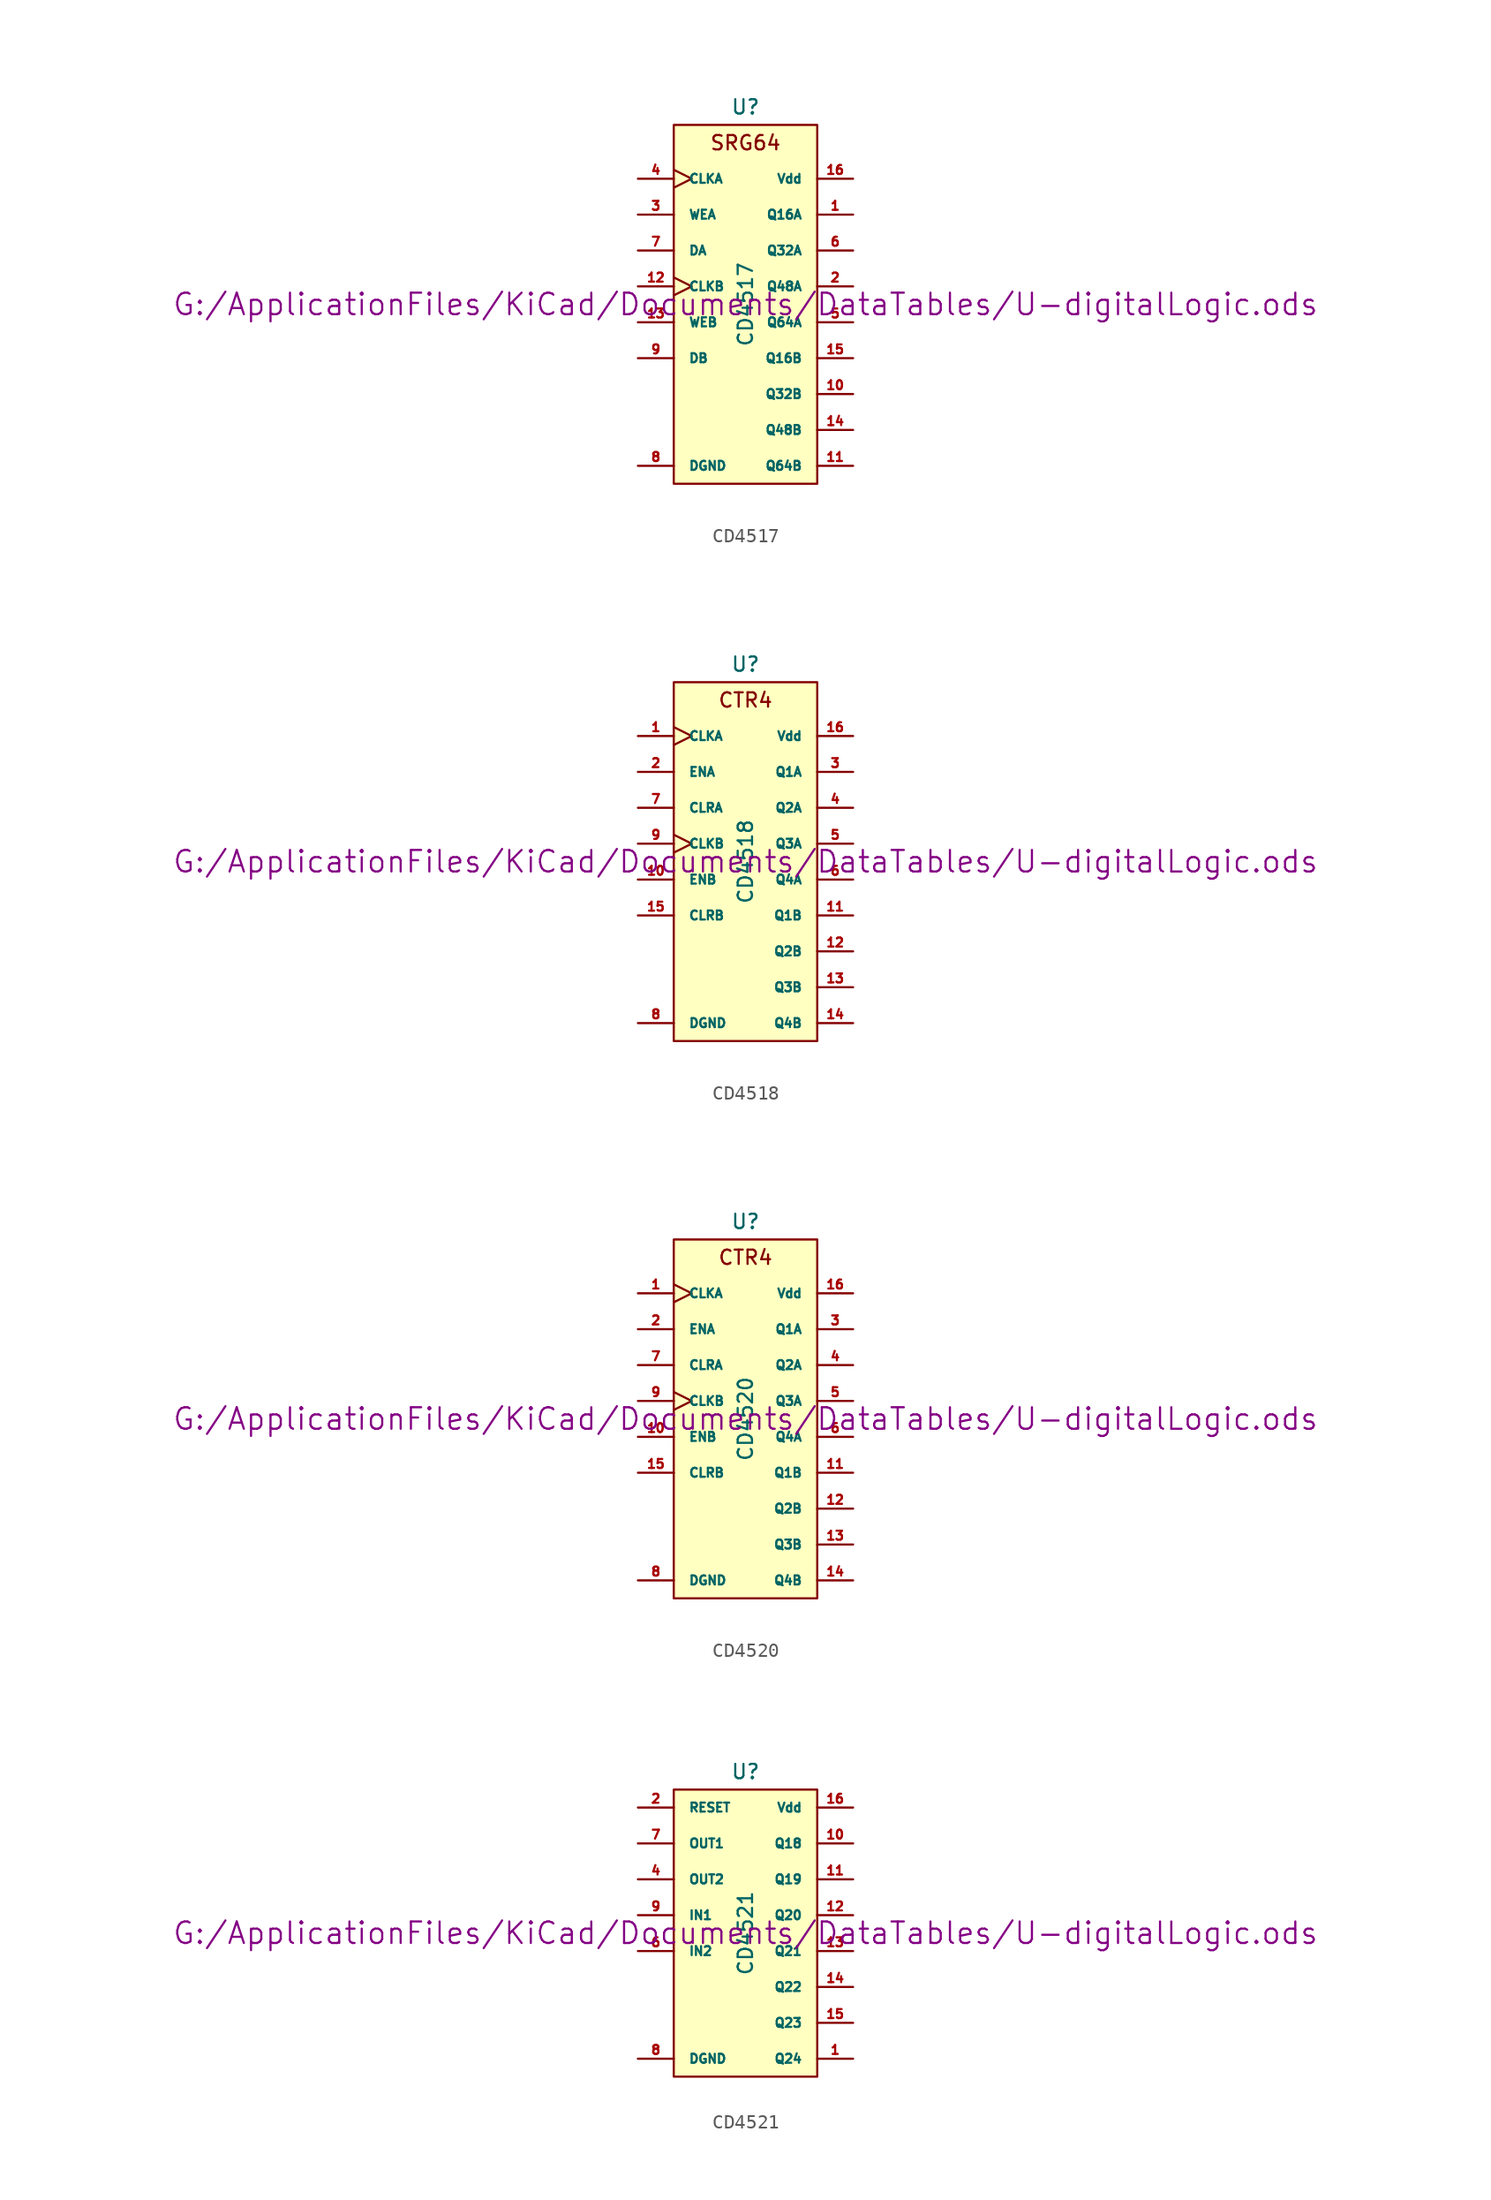
<source format=kicad_sym>
(kicad_symbol_lib
  (version 20211014)
  (generator kicad_symbol_editor)
  (symbol "CD4517"
    (pin_names
      (offset 1.016))
    (property "Reference" "U"
      (at 0 13.97 0)
      (effects (font (size 1.016 1.016))))
    (property "Value" "CD4517"
      (at 0 0 90)
      (effects (font (size 1.016 1.016))))
    (property "Footprint" ""
      (at 0 0 0)
      (effects (font (size 1.524 1.524))))
    (property "Datasheet" "G:/ApplicationFiles/KiCad/Documents/DataTables/U-digitalLogic.ods"
      (at 0 0 0)
      (effects (font (size 1.524 1.524))))
    (symbol "CD4517_0_0"
      (text "SRG64" (at 0 11.43 0) (effects (font (size 1.016 1.016)))))
    (symbol "CD4517_0_1"
      (rectangle (start -5.08 12.7) (end 5.08 -12.7) (stroke (width 0) (type default) (color 0 0 0 0)) (fill (type background))))
    (symbol "CD4517_1_1"
      (pin output line (at 7.62 6.35 180) (length 2.54) (name "Q16A" (effects (font (size 0.635 0.635)))) (number "1" (effects (font (size 0.635 0.635)))))
      (pin output line (at 7.62 -6.35 180) (length 2.54) (name "Q32B" (effects (font (size 0.635 0.635)))) (number "10" (effects (font (size 0.635 0.635)))))
      (pin output line (at 7.62 -11.43 180) (length 2.54) (name "Q64B" (effects (font (size 0.635 0.635)))) (number "11" (effects (font (size 0.635 0.635)))))
      (pin input clock (at -7.62 1.27 0) (length 2.54) (name "CLKB" (effects (font (size 0.635 0.635)))) (number "12" (effects (font (size 0.635 0.635)))))
      (pin input line (at -7.62 -1.27 0) (length 2.54) (name "WEB" (effects (font (size 0.635 0.635)))) (number "13" (effects (font (size 0.635 0.635)))))
      (pin output line (at 7.62 -8.89 180) (length 2.54) (name "Q48B" (effects (font (size 0.635 0.635)))) (number "14" (effects (font (size 0.635 0.635)))))
      (pin output line (at 7.62 -3.81 180) (length 2.54) (name "Q16B" (effects (font (size 0.635 0.635)))) (number "15" (effects (font (size 0.635 0.635)))))
      (pin power_in line (at 7.62 8.89 180) (length 2.54) (name "Vdd" (effects (font (size 0.635 0.635)))) (number "16" (effects (font (size 0.635 0.635)))))
      (pin output line (at 7.62 1.27 180) (length 2.54) (name "Q48A" (effects (font (size 0.635 0.635)))) (number "2" (effects (font (size 0.635 0.635)))))
      (pin input line (at -7.62 6.35 0) (length 2.54) (name "WEA" (effects (font (size 0.635 0.635)))) (number "3" (effects (font (size 0.635 0.635)))))
      (pin input clock (at -7.62 8.89 0) (length 2.54) (name "CLKA" (effects (font (size 0.635 0.635)))) (number "4" (effects (font (size 0.635 0.635)))))
      (pin output line (at 7.62 -1.27 180) (length 2.54) (name "Q64A" (effects (font (size 0.635 0.635)))) (number "5" (effects (font (size 0.635 0.635)))))
      (pin output line (at 7.62 3.81 180) (length 2.54) (name "Q32A" (effects (font (size 0.635 0.635)))) (number "6" (effects (font (size 0.635 0.635)))))
      (pin input line (at -7.62 3.81 0) (length 2.54) (name "DA" (effects (font (size 0.635 0.635)))) (number "7" (effects (font (size 0.635 0.635)))))
      (pin power_in line (at -7.62 -11.43 0) (length 2.54) (name "DGND" (effects (font (size 0.635 0.635)))) (number "8" (effects (font (size 0.635 0.635)))))
      (pin input line (at -7.62 -3.81 0) (length 2.54) (name "DB" (effects (font (size 0.635 0.635)))) (number "9" (effects (font (size 0.635 0.635)))))))
  (symbol "CD4518"
    (pin_names
      (offset 1.016))
    (property "Reference" "U"
      (at 0 13.97 0)
      (effects (font (size 1.016 1.016))))
    (property "Value" "CD4518"
      (at 0 0 90)
      (effects (font (size 1.016 1.016))))
    (property "Footprint" ""
      (at 0 0 0)
      (effects (font (size 1.524 1.524))))
    (property "Datasheet" "G:/ApplicationFiles/KiCad/Documents/DataTables/U-digitalLogic.ods"
      (at 0 0 0)
      (effects (font (size 1.524 1.524))))
    (symbol "CD4518_0_0"
      (text "CTR4" (at 0 11.43 0) (effects (font (size 1.016 1.016)))))
    (symbol "CD4518_0_1"
      (rectangle (start -5.08 12.7) (end 5.08 -12.7) (stroke (width 0) (type default) (color 0 0 0 0)) (fill (type background))))
    (symbol "CD4518_1_1"
      (pin input clock (at -7.62 8.89 0) (length 2.54) (name "CLKA" (effects (font (size 0.635 0.635)))) (number "1" (effects (font (size 0.635 0.635)))))
      (pin input line (at -7.62 -1.27 0) (length 2.54) (name "ENB" (effects (font (size 0.635 0.635)))) (number "10" (effects (font (size 0.635 0.635)))))
      (pin output line (at 7.62 -3.81 180) (length 2.54) (name "Q1B" (effects (font (size 0.635 0.635)))) (number "11" (effects (font (size 0.635 0.635)))))
      (pin output line (at 7.62 -6.35 180) (length 2.54) (name "Q2B" (effects (font (size 0.635 0.635)))) (number "12" (effects (font (size 0.635 0.635)))))
      (pin output line (at 7.62 -8.89 180) (length 2.54) (name "Q3B" (effects (font (size 0.635 0.635)))) (number "13" (effects (font (size 0.635 0.635)))))
      (pin output line (at 7.62 -11.43 180) (length 2.54) (name "Q4B" (effects (font (size 0.635 0.635)))) (number "14" (effects (font (size 0.635 0.635)))))
      (pin input line (at -7.62 -3.81 0) (length 2.54) (name "CLRB" (effects (font (size 0.635 0.635)))) (number "15" (effects (font (size 0.635 0.635)))))
      (pin power_in line (at 7.62 8.89 180) (length 2.54) (name "Vdd" (effects (font (size 0.635 0.635)))) (number "16" (effects (font (size 0.635 0.635)))))
      (pin input line (at -7.62 6.35 0) (length 2.54) (name "ENA" (effects (font (size 0.635 0.635)))) (number "2" (effects (font (size 0.635 0.635)))))
      (pin output line (at 7.62 6.35 180) (length 2.54) (name "Q1A" (effects (font (size 0.635 0.635)))) (number "3" (effects (font (size 0.635 0.635)))))
      (pin output line (at 7.62 3.81 180) (length 2.54) (name "Q2A" (effects (font (size 0.635 0.635)))) (number "4" (effects (font (size 0.635 0.635)))))
      (pin output line (at 7.62 1.27 180) (length 2.54) (name "Q3A" (effects (font (size 0.635 0.635)))) (number "5" (effects (font (size 0.635 0.635)))))
      (pin output line (at 7.62 -1.27 180) (length 2.54) (name "Q4A" (effects (font (size 0.635 0.635)))) (number "6" (effects (font (size 0.635 0.635)))))
      (pin input line (at -7.62 3.81 0) (length 2.54) (name "CLRA" (effects (font (size 0.635 0.635)))) (number "7" (effects (font (size 0.635 0.635)))))
      (pin power_in line (at -7.62 -11.43 0) (length 2.54) (name "DGND" (effects (font (size 0.635 0.635)))) (number "8" (effects (font (size 0.635 0.635)))))
      (pin input clock (at -7.62 1.27 0) (length 2.54) (name "CLKB" (effects (font (size 0.635 0.635)))) (number "9" (effects (font (size 0.635 0.635)))))))
  (symbol "CD4520"
    (pin_names
      (offset 1.016))
    (property "Reference" "U"
      (at 0 13.97 0)
      (effects (font (size 1.016 1.016))))
    (property "Value" "CD4520"
      (at 0 0 90)
      (effects (font (size 1.016 1.016))))
    (property "Footprint" ""
      (at 0 0 0)
      (effects (font (size 1.524 1.524))))
    (property "Datasheet" "G:/ApplicationFiles/KiCad/Documents/DataTables/U-digitalLogic.ods"
      (at 0 0 0)
      (effects (font (size 1.524 1.524))))
    (symbol "CD4520_0_0"
      (text "CTR4" (at 0 11.43 0) (effects (font (size 1.016 1.016)))))
    (symbol "CD4520_0_1"
      (rectangle (start -5.08 12.7) (end 5.08 -12.7) (stroke (width 0) (type default) (color 0 0 0 0)) (fill (type background))))
    (symbol "CD4520_1_1"
      (pin input clock (at -7.62 8.89 0) (length 2.54) (name "CLKA" (effects (font (size 0.635 0.635)))) (number "1" (effects (font (size 0.635 0.635)))))
      (pin input line (at -7.62 -1.27 0) (length 2.54) (name "ENB" (effects (font (size 0.635 0.635)))) (number "10" (effects (font (size 0.635 0.635)))))
      (pin output line (at 7.62 -3.81 180) (length 2.54) (name "Q1B" (effects (font (size 0.635 0.635)))) (number "11" (effects (font (size 0.635 0.635)))))
      (pin output line (at 7.62 -6.35 180) (length 2.54) (name "Q2B" (effects (font (size 0.635 0.635)))) (number "12" (effects (font (size 0.635 0.635)))))
      (pin output line (at 7.62 -8.89 180) (length 2.54) (name "Q3B" (effects (font (size 0.635 0.635)))) (number "13" (effects (font (size 0.635 0.635)))))
      (pin output line (at 7.62 -11.43 180) (length 2.54) (name "Q4B" (effects (font (size 0.635 0.635)))) (number "14" (effects (font (size 0.635 0.635)))))
      (pin input line (at -7.62 -3.81 0) (length 2.54) (name "CLRB" (effects (font (size 0.635 0.635)))) (number "15" (effects (font (size 0.635 0.635)))))
      (pin power_in line (at 7.62 8.89 180) (length 2.54) (name "Vdd" (effects (font (size 0.635 0.635)))) (number "16" (effects (font (size 0.635 0.635)))))
      (pin input line (at -7.62 6.35 0) (length 2.54) (name "ENA" (effects (font (size 0.635 0.635)))) (number "2" (effects (font (size 0.635 0.635)))))
      (pin output line (at 7.62 6.35 180) (length 2.54) (name "Q1A" (effects (font (size 0.635 0.635)))) (number "3" (effects (font (size 0.635 0.635)))))
      (pin output line (at 7.62 3.81 180) (length 2.54) (name "Q2A" (effects (font (size 0.635 0.635)))) (number "4" (effects (font (size 0.635 0.635)))))
      (pin output line (at 7.62 1.27 180) (length 2.54) (name "Q3A" (effects (font (size 0.635 0.635)))) (number "5" (effects (font (size 0.635 0.635)))))
      (pin output line (at 7.62 -1.27 180) (length 2.54) (name "Q4A" (effects (font (size 0.635 0.635)))) (number "6" (effects (font (size 0.635 0.635)))))
      (pin input line (at -7.62 3.81 0) (length 2.54) (name "CLRA" (effects (font (size 0.635 0.635)))) (number "7" (effects (font (size 0.635 0.635)))))
      (pin power_in line (at -7.62 -11.43 0) (length 2.54) (name "DGND" (effects (font (size 0.635 0.635)))) (number "8" (effects (font (size 0.635 0.635)))))
      (pin input clock (at -7.62 1.27 0) (length 2.54) (name "CLKB" (effects (font (size 0.635 0.635)))) (number "9" (effects (font (size 0.635 0.635)))))))
  (symbol "CD4521"
    (pin_names
      (offset 1.016))
    (property "Reference" "U"
      (at 0 11.43 0)
      (effects (font (size 1.016 1.016))))
    (property "Value" "CD4521"
      (at 0 0 90)
      (effects (font (size 1.016 1.016))))
    (property "Footprint" ""
      (at 0 0 0)
      (effects (font (size 1.524 1.524))))
    (property "Datasheet" "G:/ApplicationFiles/KiCad/Documents/DataTables/U-digitalLogic.ods"
      (at 0 0 0)
      (effects (font (size 1.524 1.524))))
    (symbol "CD4521_0_1"
      (rectangle (start -5.08 10.16) (end 5.08 -10.16) (stroke (width 0) (type default) (color 0 0 0 0)) (fill (type background))))
    (symbol "CD4521_1_1"
      (pin output line (at 7.62 -8.89 180) (length 2.54) (name "Q24" (effects (font (size 0.635 0.635)))) (number "1" (effects (font (size 0.635 0.635)))))
      (pin output line (at 7.62 6.35 180) (length 2.54) (name "Q18" (effects (font (size 0.635 0.635)))) (number "10" (effects (font (size 0.635 0.635)))))
      (pin output line (at 7.62 3.81 180) (length 2.54) (name "Q19" (effects (font (size 0.635 0.635)))) (number "11" (effects (font (size 0.635 0.635)))))
      (pin output line (at 7.62 1.27 180) (length 2.54) (name "Q20" (effects (font (size 0.635 0.635)))) (number "12" (effects (font (size 0.635 0.635)))))
      (pin output line (at 7.62 -1.27 180) (length 2.54) (name "Q21" (effects (font (size 0.635 0.635)))) (number "13" (effects (font (size 0.635 0.635)))))
      (pin output line (at 7.62 -3.81 180) (length 2.54) (name "Q22" (effects (font (size 0.635 0.635)))) (number "14" (effects (font (size 0.635 0.635)))))
      (pin output line (at 7.62 -6.35 180) (length 2.54) (name "Q23" (effects (font (size 0.635 0.635)))) (number "15" (effects (font (size 0.635 0.635)))))
      (pin power_in line (at 7.62 8.89 180) (length 2.54) (name "Vdd" (effects (font (size 0.635 0.635)))) (number "16" (effects (font (size 0.635 0.635)))))
      (pin input line (at -7.62 8.89 0) (length 2.54) (name "RESET" (effects (font (size 0.635 0.635)))) (number "2" (effects (font (size 0.635 0.635)))))
      (pin input line (at -7.62 3.81 0) (length 2.54) (name "OUT2" (effects (font (size 0.635 0.635)))) (number "4" (effects (font (size 0.635 0.635)))))
      (pin input line (at -7.62 -1.27 0) (length 2.54) (name "IN2" (effects (font (size 0.635 0.635)))) (number "6" (effects (font (size 0.635 0.635)))))
      (pin input line (at -7.62 6.35 0) (length 2.54) (name "OUT1" (effects (font (size 0.635 0.635)))) (number "7" (effects (font (size 0.635 0.635)))))
      (pin power_in line (at -7.62 -8.89 0) (length 2.54) (name "DGND" (effects (font (size 0.635 0.635)))) (number "8" (effects (font (size 0.635 0.635)))))
      (pin input line (at -7.62 1.27 0) (length 2.54) (name "IN1" (effects (font (size 0.635 0.635)))) (number "9" (effects (font (size 0.635 0.635))))))))
</source>
